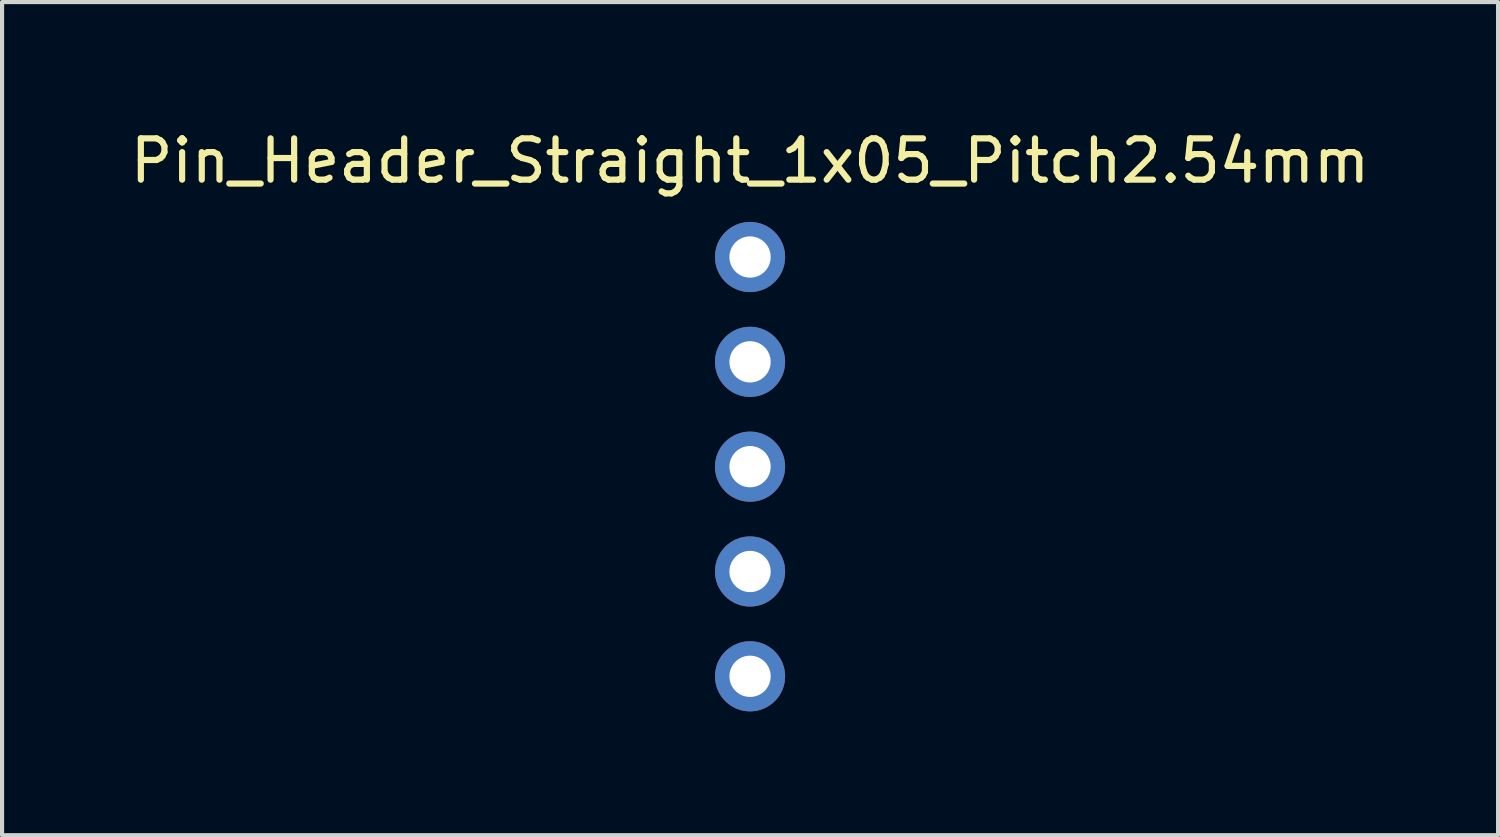
<source format=kicad_pcb>
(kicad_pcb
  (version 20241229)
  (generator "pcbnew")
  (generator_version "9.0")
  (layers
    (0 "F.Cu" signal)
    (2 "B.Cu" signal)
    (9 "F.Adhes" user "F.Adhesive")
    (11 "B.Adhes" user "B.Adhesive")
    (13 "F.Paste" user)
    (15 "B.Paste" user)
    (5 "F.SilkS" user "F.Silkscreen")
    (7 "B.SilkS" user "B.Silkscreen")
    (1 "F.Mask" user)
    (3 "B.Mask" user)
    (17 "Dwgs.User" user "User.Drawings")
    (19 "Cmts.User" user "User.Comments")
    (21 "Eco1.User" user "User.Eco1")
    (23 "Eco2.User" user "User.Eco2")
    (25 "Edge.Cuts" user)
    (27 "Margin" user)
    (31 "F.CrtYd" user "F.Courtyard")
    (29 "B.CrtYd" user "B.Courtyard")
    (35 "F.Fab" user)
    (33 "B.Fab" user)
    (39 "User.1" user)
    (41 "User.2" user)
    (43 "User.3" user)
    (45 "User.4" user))
  (footprint "Pin_Header_Straight_1x05_Pitch2.54mm"
    (layer "F.Cu")
    (at 15.125 3.178)
    (property "Reference" "Pin_Header_Straight_1x05_Pitch2.54mm" (at 0 -2.33 0) (layer "F.SilkS") (effects (font (size 1 1) (thickness 0.15))))
    (attr through_hole)
    (pad "1" thru_hole circle (at 0 0) (size 1.7 1.7) (drill 1) (layers "*.Cu" "*.Mask"))
    (pad "2" thru_hole oval (at 0 2.54) (size 1.7 1.7) (drill 1) (layers "*.Cu" "*.Mask"))
    (pad "3" thru_hole oval (at 0 5.08) (size 1.7 1.7) (drill 1) (layers "*.Cu" "*.Mask"))
    (pad "4" thru_hole oval (at 0 7.62) (size 1.7 1.7) (drill 1) (layers "*.Cu" "*.Mask"))
    (pad "5" thru_hole oval (at 0 10.16) (size 1.7 1.7) (drill 1) (layers "*.Cu" "*.Mask")))
  (gr_rect
    (start -3 -3)
    (end 33.25 17.188)
    (stroke (width 0.1) (type default))
    (fill no)
    (layer "Edge.Cuts")))
</source>
